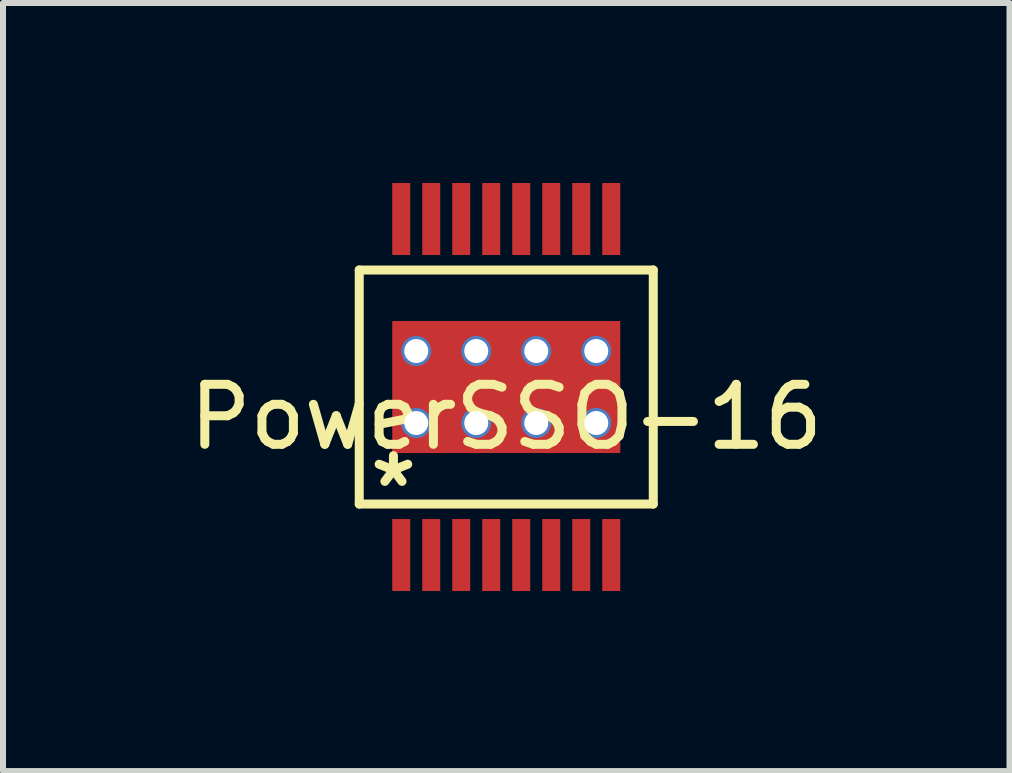
<source format=kicad_pcb>
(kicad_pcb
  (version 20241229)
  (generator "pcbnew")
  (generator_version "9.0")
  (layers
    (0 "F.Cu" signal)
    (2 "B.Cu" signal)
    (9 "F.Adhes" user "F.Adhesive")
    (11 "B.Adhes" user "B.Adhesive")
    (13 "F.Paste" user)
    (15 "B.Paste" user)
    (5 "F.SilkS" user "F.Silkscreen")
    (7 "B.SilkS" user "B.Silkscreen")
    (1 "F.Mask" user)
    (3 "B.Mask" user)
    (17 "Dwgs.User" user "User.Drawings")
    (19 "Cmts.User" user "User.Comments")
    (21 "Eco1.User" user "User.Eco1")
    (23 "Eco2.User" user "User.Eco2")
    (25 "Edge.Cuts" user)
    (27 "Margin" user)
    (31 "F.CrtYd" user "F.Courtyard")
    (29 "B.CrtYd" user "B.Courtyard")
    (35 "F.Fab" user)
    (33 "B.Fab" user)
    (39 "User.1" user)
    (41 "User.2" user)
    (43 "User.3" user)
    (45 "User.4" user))
  (footprint "PowerSSO-16"
    (layer "F.Cu")
    (at 5.387 3.4)
    (property "Reference" "PowerSSO-16" (at 0 0.5 0) (layer "F.SilkS") (effects (font (size 1 1) (thickness 0.15))))
    (attr through_hole)
    (fp_line (start -2.45 -1.95) (end 2.45 -1.95) (stroke (width 0.15) (type solid)) (layer "F.SilkS"))
    (fp_line (start -2.45 1.95) (end -2.45 -1.95) (stroke (width 0.15) (type solid)) (layer "F.SilkS"))
    (fp_line (start 2.45 -1.95) (end 2.45 1.95) (stroke (width 0.15) (type solid)) (layer "F.SilkS"))
    (fp_line (start 2.45 1.95) (end -2.45 1.95) (stroke (width 0.15) (type solid)) (layer "F.SilkS"))
    (fp_text user "*" (at -1.88 1.689 0) (layer "F.SilkS") (effects (font (size 1 1) (thickness 0.15))))
    (pad "1" smd rect (at -1.75 2.8) (size 0.3 1.2) (layers "F.Cu" "F.Mask" "F.Paste"))
    (pad "2" smd rect (at -1.25 2.8) (size 0.3 1.2) (layers "F.Cu" "F.Mask" "F.Paste"))
    (pad "3" smd rect (at -0.75 2.8) (size 0.3 1.2) (layers "F.Cu" "F.Mask" "F.Paste"))
    (pad "4" smd rect (at -0.25 2.8) (size 0.3 1.2) (layers "F.Cu" "F.Mask" "F.Paste"))
    (pad "5" smd rect (at 0.25 2.8) (size 0.3 1.2) (layers "F.Cu" "F.Mask" "F.Paste"))
    (pad "6" smd rect (at 0.75 2.8) (size 0.3 1.2) (layers "F.Cu" "F.Mask" "F.Paste"))
    (pad "7" smd rect (at 1.25 2.8) (size 0.3 1.2) (layers "F.Cu" "F.Mask" "F.Paste"))
    (pad "8" smd rect (at 1.75 2.8) (size 0.3 1.2) (layers "F.Cu" "F.Mask" "F.Paste"))
    (pad "9" smd rect (at 1.75 -2.8) (size 0.3 1.2) (layers "F.Cu" "F.Mask" "F.Paste"))
    (pad "10" smd rect (at 1.25 -2.8) (size 0.3 1.2) (layers "F.Cu" "F.Mask" "F.Paste"))
    (pad "11" smd rect (at 0.75 -2.8) (size 0.3 1.2) (layers "F.Cu" "F.Mask" "F.Paste"))
    (pad "12" smd rect (at 0.25 -2.8) (size 0.3 1.2) (layers "F.Cu" "F.Mask" "F.Paste"))
    (pad "13" smd rect (at -0.25 -2.8) (size 0.3 1.2) (layers "F.Cu" "F.Mask" "F.Paste"))
    (pad "14" smd rect (at -0.75 -2.8) (size 0.3 1.2) (layers "F.Cu" "F.Mask" "F.Paste"))
    (pad "15" smd rect (at -1.25 -2.8) (size 0.3 1.2) (layers "F.Cu" "F.Mask" "F.Paste"))
    (pad "16" smd rect (at -1.75 -2.8) (size 0.3 1.2) (layers "F.Cu" "F.Mask" "F.Paste"))
    (pad "17" thru_hole circle (at -1.5 -0.6) (size 0.5 0.5) (drill 0.4) (layers "*.Cu" "*.Mask"))
    (pad "17" thru_hole circle (at -1.5 0.6) (size 0.5 0.5) (drill 0.4) (layers "*.Cu" "*.Mask"))
    (pad "17" thru_hole circle (at -0.5 -0.6) (size 0.5 0.5) (drill 0.4) (layers "*.Cu" "*.Mask"))
    (pad "17" thru_hole circle (at -0.5 0.6) (size 0.5 0.5) (drill 0.4) (layers "*.Cu" "*.Mask"))
    (pad "17" smd rect (at 0 0) (size 3.8 2.2) (layers "F.Cu" "F.Mask" "F.Paste"))
    (pad "17" thru_hole circle (at 0.5 -0.6) (size 0.5 0.5) (drill 0.4) (layers "*.Cu" "*.Mask"))
    (pad "17" thru_hole circle (at 0.5 0.6) (size 0.5 0.5) (drill 0.4) (layers "*.Cu" "*.Mask"))
    (pad "17" thru_hole circle (at 1.5 -0.6) (size 0.5 0.5) (drill 0.4) (layers "*.Cu" "*.Mask"))
    (pad "17" thru_hole circle (at 1.5 0.6) (size 0.5 0.5) (drill 0.4) (layers "*.Cu" "*.Mask")))
  (gr_rect
    (start -3 -3)
    (end 13.774 9.8)
    (stroke (width 0.1) (type default))
    (fill no)
    (layer "Edge.Cuts")))
</source>
